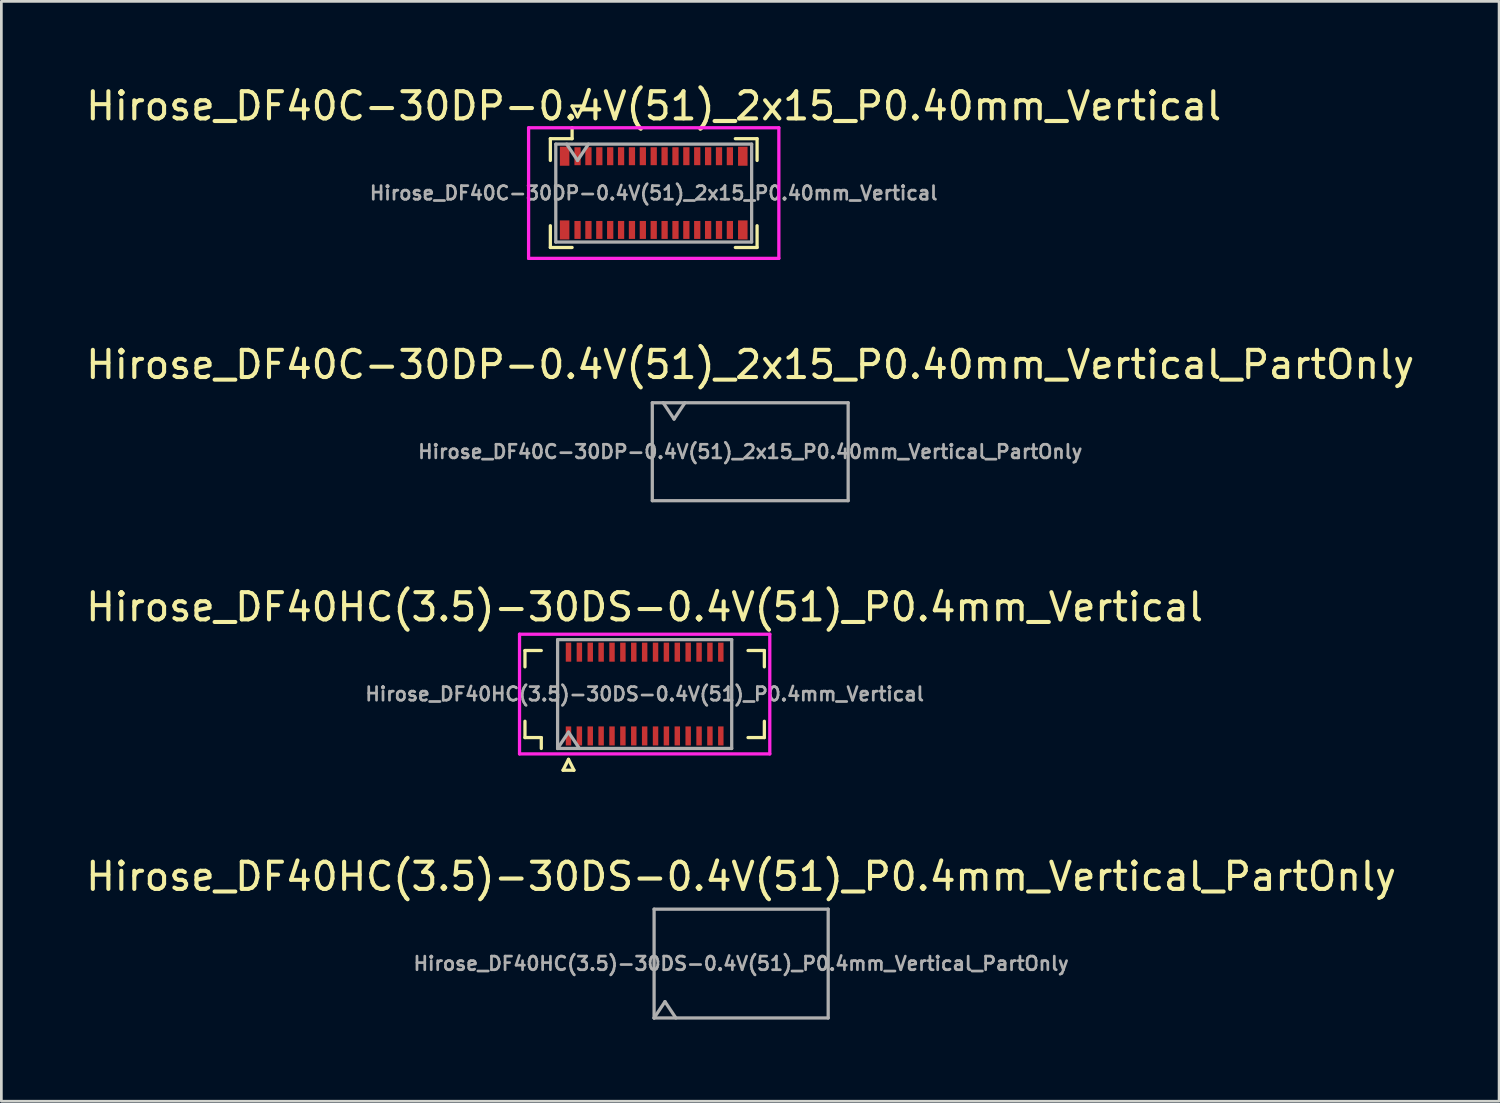
<source format=kicad_pcb>
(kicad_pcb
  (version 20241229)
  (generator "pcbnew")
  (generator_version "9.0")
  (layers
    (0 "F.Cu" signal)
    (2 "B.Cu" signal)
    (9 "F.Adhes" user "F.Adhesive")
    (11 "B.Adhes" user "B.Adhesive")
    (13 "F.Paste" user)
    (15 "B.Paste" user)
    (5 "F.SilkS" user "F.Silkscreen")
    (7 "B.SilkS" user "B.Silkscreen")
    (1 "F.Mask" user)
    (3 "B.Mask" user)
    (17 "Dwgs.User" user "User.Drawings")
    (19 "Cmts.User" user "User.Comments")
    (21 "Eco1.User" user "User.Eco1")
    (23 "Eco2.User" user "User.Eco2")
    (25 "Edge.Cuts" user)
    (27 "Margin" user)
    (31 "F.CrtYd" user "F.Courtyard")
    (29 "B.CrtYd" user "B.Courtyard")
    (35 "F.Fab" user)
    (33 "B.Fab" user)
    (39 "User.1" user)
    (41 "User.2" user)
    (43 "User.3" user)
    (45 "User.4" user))
  (footprint "Hirose_DF40C-30DP-0.4V(51)_2x15_P0.40mm_Vertical_PartOnly"
    (layer "F.Cu")
    (at 24.53 13.556)
    (property "Reference" "Hirose_DF40C-30DP-0.4V(51)_2x15_P0.40mm_Vertical_PartOnly" (at 0 -3.2 0) (layer "F.SilkS") (effects (font (size 1 1) (thickness 0.15))))
    (attr exclude_from_pos_files exclude_from_bom)
    (fp_line (start -3.6 -1.8) (end -3.6 1.8) (stroke (width 0.12) (type solid)) (layer "F.Fab"))
    (fp_line (start -3.6 1.8) (end 3.6 1.8) (stroke (width 0.12) (type solid)) (layer "F.Fab"))
    (fp_line (start -3.2 -1.8) (end -2.8 -1.2) (stroke (width 0.12) (type solid)) (layer "F.Fab"))
    (fp_line (start -2.8 -1.2) (end -2.4 -1.8) (stroke (width 0.12) (type solid)) (layer "F.Fab"))
    (fp_line (start 3.6 -1.8) (end -3.6 -1.8) (stroke (width 0.12) (type solid)) (layer "F.Fab"))
    (fp_line (start 3.6 1.8) (end 3.6 -1.8) (stroke (width 0.12) (type solid)) (layer "F.Fab"))
    (fp_text user "${REFERENCE}" (at 0 0 0) (layer "F.Fab") (effects (font (size 0.5 0.5) (thickness 0.1)))))
  (footprint "Hirose_DF40HC(3.5)-30DS-0.4V(51)_P0.4mm_Vertical"
    (layer "F.Cu")
    (at 20.649 22.465)
    (property "Reference" "Hirose_DF40HC(3.5)-30DS-0.4V(51)_P0.4mm_Vertical" (at 0 -3.2 0) (layer "F.SilkS") (effects (font (size 1 1) (thickness 0.15))))
    (attr smd)
    (fp_line (start -4.4 -1.6) (end -3.8 -1.6) (stroke (width 0.12) (type solid)) (layer "F.SilkS"))
    (fp_line (start -4.4 -1) (end -4.4 -1.6) (stroke (width 0.12) (type solid)) (layer "F.SilkS"))
    (fp_line (start -4.4 1) (end -4.4 1.6) (stroke (width 0.12) (type solid)) (layer "F.SilkS"))
    (fp_line (start -4.4 1.6) (end -3.8 1.6) (stroke (width 0.12) (type solid)) (layer "F.SilkS"))
    (fp_line (start -3.8 1.6) (end -3.8 2) (stroke (width 0.12) (type solid)) (layer "F.SilkS"))
    (fp_line (start -3 2.8) (end -2.8 2.4) (stroke (width 0.12) (type solid)) (layer "F.SilkS"))
    (fp_line (start -3 2.8) (end -2.6 2.8) (stroke (width 0.12) (type solid)) (layer "F.SilkS"))
    (fp_line (start -2.8 2.4) (end -2.6 2.8) (stroke (width 0.12) (type solid)) (layer "F.SilkS"))
    (fp_line (start 3.8 -1.6) (end 4.4 -1.6) (stroke (width 0.12) (type solid)) (layer "F.SilkS"))
    (fp_line (start 4.4 -1.6) (end 4.4 -1) (stroke (width 0.12) (type solid)) (layer "F.SilkS"))
    (fp_line (start 4.4 1) (end 4.4 1.6) (stroke (width 0.12) (type solid)) (layer "F.SilkS"))
    (fp_line (start 4.4 1.6) (end 3.8 1.6) (stroke (width 0.12) (type solid)) (layer "F.SilkS"))
    (fp_line (start -4.6 -2.2) (end 4.6 -2.2) (stroke (width 0.12) (type solid)) (layer "F.CrtYd"))
    (fp_line (start -4.6 2.2) (end -4.6 -2.2) (stroke (width 0.12) (type solid)) (layer "F.CrtYd"))
    (fp_line (start 4.6 -2.2) (end 4.6 2.2) (stroke (width 0.12) (type solid)) (layer "F.CrtYd"))
    (fp_line (start 4.6 2.2) (end -4.6 2.2) (stroke (width 0.12) (type solid)) (layer "F.CrtYd"))
    (fp_line (start -3.2 -2) (end -3.2 2) (stroke (width 0.12) (type solid)) (layer "F.Fab"))
    (fp_line (start -3.2 -2) (end 3.2 -2) (stroke (width 0.12) (type solid)) (layer "F.Fab"))
    (fp_line (start -3.2 2) (end -2.8 1.4) (stroke (width 0.12) (type solid)) (layer "F.Fab"))
    (fp_line (start -2.8 1.4) (end -2.4 2) (stroke (width 0.12) (type solid)) (layer "F.Fab"))
    (fp_line (start 3.2 2) (end -3.2 2) (stroke (width 0.12) (type solid)) (layer "F.Fab"))
    (fp_line (start 3.2 2) (end 3.2 -2) (stroke (width 0.12) (type solid)) (layer "F.Fab"))
    (fp_text user "${REFERENCE}" (at 0 0 0) (layer "F.Fab") (effects (font (size 0.5 0.5) (thickness 0.1))))
    (pad "1" smd rect (at -2.8 1.54) (size 0.2 0.7) (layers "F.Cu" "F.Mask" "F.Paste"))
    (pad "2" smd rect (at -2.4 1.54) (size 0.2 0.7) (layers "F.Cu" "F.Mask" "F.Paste"))
    (pad "3" smd rect (at -2 1.54) (size 0.2 0.7) (layers "F.Cu" "F.Mask" "F.Paste"))
    (pad "4" smd rect (at -1.6 1.54) (size 0.2 0.7) (layers "F.Cu" "F.Mask" "F.Paste"))
    (pad "5" smd rect (at -1.2 1.54) (size 0.2 0.7) (layers "F.Cu" "F.Mask" "F.Paste"))
    (pad "6" smd rect (at -0.8 1.54) (size 0.2 0.7) (layers "F.Cu" "F.Mask" "F.Paste"))
    (pad "7" smd rect (at -0.4 1.54) (size 0.2 0.7) (layers "F.Cu" "F.Mask" "F.Paste"))
    (pad "8" smd rect (at 0 1.54) (size 0.2 0.7) (layers "F.Cu" "F.Mask" "F.Paste"))
    (pad "9" smd rect (at 0.4 1.54) (size 0.2 0.7) (layers "F.Cu" "F.Mask" "F.Paste"))
    (pad "10" smd rect (at 0.8 1.54) (size 0.2 0.7) (layers "F.Cu" "F.Mask" "F.Paste"))
    (pad "11" smd rect (at 1.2 1.54) (size 0.2 0.7) (layers "F.Cu" "F.Mask" "F.Paste"))
    (pad "12" smd rect (at 1.6 1.54) (size 0.2 0.7) (layers "F.Cu" "F.Mask" "F.Paste"))
    (pad "13" smd rect (at 2 1.54) (size 0.2 0.7) (layers "F.Cu" "F.Mask" "F.Paste"))
    (pad "14" smd rect (at 2.4 1.54) (size 0.2 0.7) (layers "F.Cu" "F.Mask" "F.Paste"))
    (pad "15" smd rect (at 2.8 1.54) (size 0.2 0.7) (layers "F.Cu" "F.Mask" "F.Paste"))
    (pad "16" smd rect (at 2.8 -1.54) (size 0.2 0.7) (layers "F.Cu" "F.Mask" "F.Paste"))
    (pad "17" smd rect (at 2.4 -1.54) (size 0.2 0.7) (layers "F.Cu" "F.Mask" "F.Paste"))
    (pad "18" smd rect (at 2 -1.54) (size 0.2 0.7) (layers "F.Cu" "F.Mask" "F.Paste"))
    (pad "19" smd rect (at 1.6 -1.54) (size 0.2 0.7) (layers "F.Cu" "F.Mask" "F.Paste"))
    (pad "20" smd rect (at 1.2 -1.54) (size 0.2 0.7) (layers "F.Cu" "F.Mask" "F.Paste"))
    (pad "21" smd rect (at 0.8 -1.54) (size 0.2 0.7) (layers "F.Cu" "F.Mask" "F.Paste"))
    (pad "22" smd rect (at 0.4 -1.54) (size 0.2 0.7) (layers "F.Cu" "F.Mask" "F.Paste"))
    (pad "23" smd rect (at 0 -1.54) (size 0.2 0.7) (layers "F.Cu" "F.Mask" "F.Paste"))
    (pad "24" smd rect (at -0.4 -1.54) (size 0.2 0.7) (layers "F.Cu" "F.Mask" "F.Paste"))
    (pad "25" smd rect (at -0.8 -1.54) (size 0.2 0.7) (layers "F.Cu" "F.Mask" "F.Paste"))
    (pad "26" smd rect (at -1.2 -1.54) (size 0.2 0.7) (layers "F.Cu" "F.Mask" "F.Paste"))
    (pad "27" smd rect (at -1.6 -1.54) (size 0.2 0.7) (layers "F.Cu" "F.Mask" "F.Paste"))
    (pad "28" smd rect (at -2 -1.54) (size 0.2 0.7) (layers "F.Cu" "F.Mask" "F.Paste"))
    (pad "29" smd rect (at -2.4 -1.54) (size 0.2 0.7) (layers "F.Cu" "F.Mask" "F.Paste"))
    (pad "30" smd rect (at -2.8 -1.54) (size 0.2 0.7) (layers "F.Cu" "F.Mask" "F.Paste")))
  (footprint "Hirose_DF40C-30DP-0.4V(51)_2x15_P0.40mm_Vertical"
    (layer "F.Cu")
    (at 20.982 4.048)
    (property "Reference" "Hirose_DF40C-30DP-0.4V(51)_2x15_P0.40mm_Vertical" (at 0 -3.2 0) (layer "F.SilkS") (effects (font (size 1 1) (thickness 0.15))))
    (attr smd)
    (fp_line (start -3.8 -2) (end -3 -2) (stroke (width 0.12) (type solid)) (layer "F.SilkS"))
    (fp_line (start -3.8 -1.2) (end -3.8 -2) (stroke (width 0.12) (type solid)) (layer "F.SilkS"))
    (fp_line (start -3.8 1.2) (end -3.8 2) (stroke (width 0.12) (type solid)) (layer "F.SilkS"))
    (fp_line (start -3.8 2) (end -3 2) (stroke (width 0.12) (type solid)) (layer "F.SilkS"))
    (fp_line (start -3 -3.2) (end -2.6 -3.2) (stroke (width 0.12) (type solid)) (layer "F.SilkS"))
    (fp_line (start -3 -2) (end -3 -2.4) (stroke (width 0.12) (type solid)) (layer "F.SilkS"))
    (fp_line (start -2.8 -2.8) (end -3 -3.2) (stroke (width 0.12) (type solid)) (layer "F.SilkS"))
    (fp_line (start -2.6 -3.2) (end -2.8 -2.8) (stroke (width 0.12) (type solid)) (layer "F.SilkS"))
    (fp_line (start 3 2) (end 3.8 2) (stroke (width 0.12) (type solid)) (layer "F.SilkS"))
    (fp_line (start 3.8 -2) (end 3 -2) (stroke (width 0.12) (type solid)) (layer "F.SilkS"))
    (fp_line (start 3.8 -1.2) (end 3.8 -2) (stroke (width 0.12) (type solid)) (layer "F.SilkS"))
    (fp_line (start 3.8 2) (end 3.8 1.2) (stroke (width 0.12) (type solid)) (layer "F.SilkS"))
    (fp_line (start -4.6 -2.4) (end 4.6 -2.4) (stroke (width 0.12) (type solid)) (layer "F.CrtYd"))
    (fp_line (start -4.6 2.4) (end -4.6 -2.4) (stroke (width 0.12) (type solid)) (layer "F.CrtYd"))
    (fp_line (start 4.6 -2.4) (end 4.6 2.4) (stroke (width 0.12) (type solid)) (layer "F.CrtYd"))
    (fp_line (start 4.6 2.4) (end -4.6 2.4) (stroke (width 0.12) (type solid)) (layer "F.CrtYd"))
    (fp_line (start -3.6 -1.8) (end -3.6 1.8) (stroke (width 0.12) (type solid)) (layer "F.Fab"))
    (fp_line (start -3.6 1.8) (end 3.6 1.8) (stroke (width 0.12) (type solid)) (layer "F.Fab"))
    (fp_line (start -3.2 -1.8) (end -2.8 -1.2) (stroke (width 0.12) (type solid)) (layer "F.Fab"))
    (fp_line (start -2.8 -1.2) (end -2.4 -1.8) (stroke (width 0.12) (type solid)) (layer "F.Fab"))
    (fp_line (start 3.6 -1.8) (end -3.6 -1.8) (stroke (width 0.12) (type solid)) (layer "F.Fab"))
    (fp_line (start 3.6 1.8) (end 3.6 -1.8) (stroke (width 0.12) (type solid)) (layer "F.Fab"))
    (fp_text user "${REFERENCE}" (at 0 0 0) (layer "F.Fab") (effects (font (size 0.5 0.5) (thickness 0.1))))
    (pad "1" smd rect (at -2.8 -1.355 180) (size 0.23 0.66) (layers "F.Cu" "F.Mask" "F.Paste"))
    (pad "2" smd rect (at -2.4 -1.355 180) (size 0.23 0.66) (layers "F.Cu" "F.Mask" "F.Paste"))
    (pad "3" smd rect (at -2 -1.355 180) (size 0.23 0.66) (layers "F.Cu" "F.Mask" "F.Paste"))
    (pad "4" smd rect (at -1.6 -1.355 180) (size 0.23 0.66) (layers "F.Cu" "F.Mask" "F.Paste"))
    (pad "5" smd rect (at -1.2 -1.355 180) (size 0.23 0.66) (layers "F.Cu" "F.Mask" "F.Paste"))
    (pad "6" smd rect (at -0.8 -1.355 180) (size 0.23 0.66) (layers "F.Cu" "F.Mask" "F.Paste"))
    (pad "7" smd rect (at -0.4 -1.355 180) (size 0.23 0.66) (layers "F.Cu" "F.Mask" "F.Paste"))
    (pad "8" smd rect (at 0 -1.355 180) (size 0.23 0.66) (layers "F.Cu" "F.Mask" "F.Paste"))
    (pad "9" smd rect (at 0.4 -1.355 180) (size 0.23 0.66) (layers "F.Cu" "F.Mask" "F.Paste"))
    (pad "10" smd rect (at 0.8 -1.355 180) (size 0.23 0.66) (layers "F.Cu" "F.Mask" "F.Paste"))
    (pad "11" smd rect (at 1.2 -1.355 180) (size 0.23 0.66) (layers "F.Cu" "F.Mask" "F.Paste"))
    (pad "12" smd rect (at 1.6 -1.355 180) (size 0.23 0.66) (layers "F.Cu" "F.Mask" "F.Paste"))
    (pad "13" smd rect (at 2 -1.355 180) (size 0.23 0.66) (layers "F.Cu" "F.Mask" "F.Paste"))
    (pad "14" smd rect (at 2.4 -1.355 180) (size 0.23 0.66) (layers "F.Cu" "F.Mask" "F.Paste"))
    (pad "15" smd rect (at 2.8 -1.355 180) (size 0.23 0.66) (layers "F.Cu" "F.Mask" "F.Paste"))
    (pad "16" smd rect (at 2.8 1.355 180) (size 0.23 0.66) (layers "F.Cu" "F.Mask" "F.Paste"))
    (pad "17" smd rect (at 2.4 1.355 180) (size 0.23 0.66) (layers "F.Cu" "F.Mask" "F.Paste"))
    (pad "18" smd rect (at 2 1.355 180) (size 0.23 0.66) (layers "F.Cu" "F.Mask" "F.Paste"))
    (pad "19" smd rect (at 1.6 1.355 180) (size 0.23 0.66) (layers "F.Cu" "F.Mask" "F.Paste"))
    (pad "20" smd rect (at 1.2 1.355 180) (size 0.23 0.66) (layers "F.Cu" "F.Mask" "F.Paste"))
    (pad "21" smd rect (at 0.8 1.355 180) (size 0.23 0.66) (layers "F.Cu" "F.Mask" "F.Paste"))
    (pad "22" smd rect (at 0.4 1.355 180) (size 0.23 0.66) (layers "F.Cu" "F.Mask" "F.Paste"))
    (pad "23" smd rect (at 0 1.355 180) (size 0.23 0.66) (layers "F.Cu" "F.Mask" "F.Paste"))
    (pad "24" smd rect (at -0.4 1.355 180) (size 0.23 0.66) (layers "F.Cu" "F.Mask" "F.Paste"))
    (pad "25" smd rect (at -0.8 1.355 180) (size 0.23 0.66) (layers "F.Cu" "F.Mask" "F.Paste"))
    (pad "26" smd rect (at -1.2 1.355 180) (size 0.23 0.66) (layers "F.Cu" "F.Mask" "F.Paste"))
    (pad "27" smd rect (at -1.6 1.355 180) (size 0.23 0.66) (layers "F.Cu" "F.Mask" "F.Paste"))
    (pad "28" smd rect (at -2 1.355 180) (size 0.23 0.66) (layers "F.Cu" "F.Mask" "F.Paste"))
    (pad "29" smd rect (at -2.4 1.355 180) (size 0.23 0.66) (layers "F.Cu" "F.Mask" "F.Paste"))
    (pad "30" smd rect (at -2.8 1.355 180) (size 0.23 0.66) (layers "F.Cu" "F.Mask" "F.Paste"))
    (pad "MP" smd rect (at -3.275 -1.355) (size 0.35 0.7) (layers "F.Cu" "F.Mask" "F.Paste"))
    (pad "MP" smd rect (at -3.275 1.355) (size 0.35 0.7) (layers "F.Cu" "F.Mask" "F.Paste"))
    (pad "MP" smd rect (at 3.275 -1.355) (size 0.35 0.7) (layers "F.Cu" "F.Mask" "F.Paste"))
    (pad "MP" smd rect (at 3.275 1.355) (size 0.35 0.7) (layers "F.Cu" "F.Mask" "F.Paste")))
  (footprint "Hirose_DF40HC(3.5)-30DS-0.4V(51)_P0.4mm_Vertical_PartOnly"
    (layer "F.Cu")
    (at 24.196 32.373)
    (property "Reference" "Hirose_DF40HC(3.5)-30DS-0.4V(51)_P0.4mm_Vertical_PartOnly" (at 0 -3.2 0) (layer "F.SilkS") (effects (font (size 1 1) (thickness 0.15))))
    (attr smd)
    (fp_line (start -3.2 -2) (end -3.2 2) (stroke (width 0.12) (type solid)) (layer "F.Fab"))
    (fp_line (start -3.2 -2) (end 3.2 -2) (stroke (width 0.12) (type solid)) (layer "F.Fab"))
    (fp_line (start -3.2 2) (end -2.8 1.4) (stroke (width 0.12) (type solid)) (layer "F.Fab"))
    (fp_line (start -2.8 1.4) (end -2.4 2) (stroke (width 0.12) (type solid)) (layer "F.Fab"))
    (fp_line (start 3.2 2) (end -3.2 2) (stroke (width 0.12) (type solid)) (layer "F.Fab"))
    (fp_line (start 3.2 2) (end 3.2 -2) (stroke (width 0.12) (type solid)) (layer "F.Fab"))
    (fp_text user "${REFERENCE}" (at 0 0 0) (layer "F.Fab") (effects (font (size 0.5 0.5) (thickness 0.1)))))
  (gr_rect
    (start -3 -3)
    (end 52.06 37.433)
    (stroke (width 0.1) (type default))
    (fill no)
    (layer "Edge.Cuts")))
</source>
